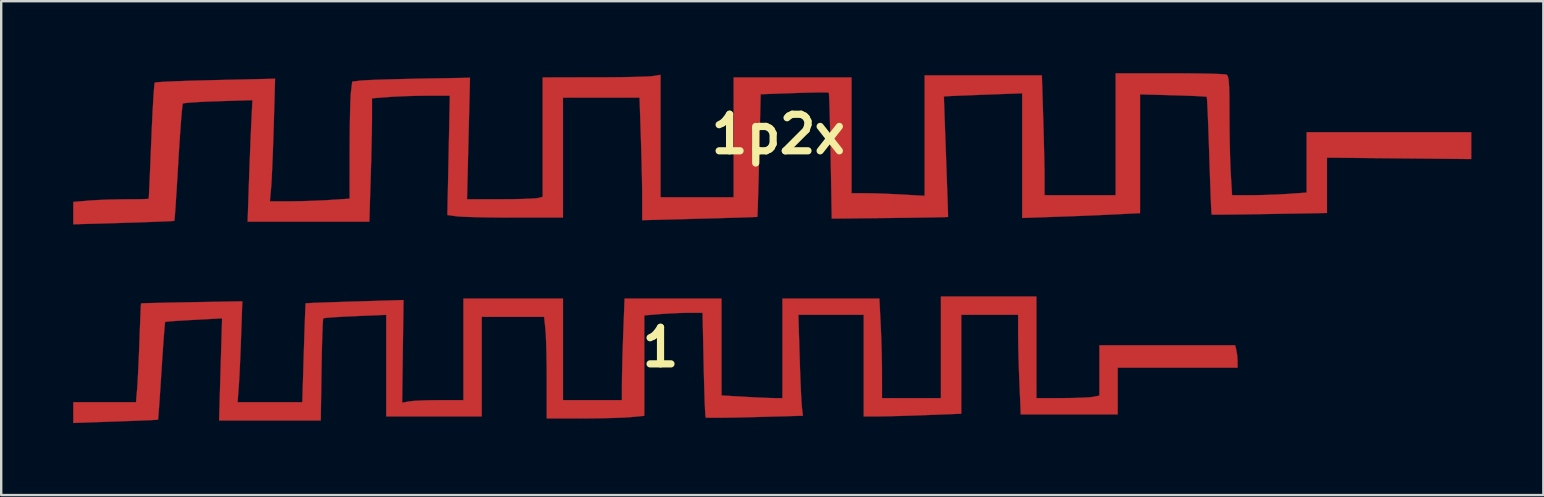
<source format=kicad_pcb>
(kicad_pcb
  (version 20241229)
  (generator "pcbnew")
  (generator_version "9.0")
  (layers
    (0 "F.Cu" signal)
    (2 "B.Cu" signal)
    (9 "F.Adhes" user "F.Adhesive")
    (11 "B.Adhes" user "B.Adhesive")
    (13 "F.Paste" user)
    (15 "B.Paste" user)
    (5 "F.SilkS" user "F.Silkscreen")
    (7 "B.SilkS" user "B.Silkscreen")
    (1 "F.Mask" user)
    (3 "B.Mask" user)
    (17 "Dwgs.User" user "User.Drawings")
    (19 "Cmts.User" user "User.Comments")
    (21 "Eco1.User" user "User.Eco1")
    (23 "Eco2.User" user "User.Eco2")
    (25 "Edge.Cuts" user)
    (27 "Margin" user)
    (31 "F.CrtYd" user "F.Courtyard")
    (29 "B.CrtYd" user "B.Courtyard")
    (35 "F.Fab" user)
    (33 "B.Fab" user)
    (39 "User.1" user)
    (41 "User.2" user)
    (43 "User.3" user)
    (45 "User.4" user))
  (footprint "1p2x"
    (layer "F.Cu")
    (at 29.384 2.545)
    (property "Reference" "1p2x" (at 0 0 0) (layer "F.SilkS") (effects (font (size 1.524 1.524) (thickness 0.3))))
    (attr through_hole)
    (fp_poly (pts (xy 16.896 -2.538) (xy 17.448 -2.533) (xy 17.925 -2.525) (xy 18.303 -2.514) (xy 18.557 -2.501) (xy 18.662 -2.489) (xy 18.71 -2.451) (xy 18.745 -2.363) (xy 18.769 -2.205) (xy 18.784 -1.952) (xy 18.793 -1.583) (xy 18.796 -1.076) (xy 18.796 -0.851) (xy 18.799 -0.269) (xy 18.808 0.33) (xy 18.821 0.895) (xy 18.838 1.377) (xy 18.851 1.638) (xy 18.906 2.54) (xy 19.685 2.54) (xy 20.164 2.533) (xy 20.703 2.514) (xy 21.192 2.488) (xy 21.238 2.485) (xy 22.013 2.43) (xy 22.013 -0.085) (xy 28.871 -0.085) (xy 28.871 1.032) (xy 22.86 0.974) (xy 22.86 2.127) (xy 22.86 3.28) (xy 20.468 3.321) (xy 19.85 3.331) (xy 19.29 3.339) (xy 18.809 3.344) (xy 18.429 3.348) (xy 18.172 3.348) (xy 18.058 3.346) (xy 18.055 3.345) (xy 18.047 3.26) (xy 18.034 3.027) (xy 18.019 2.667) (xy 18.001 2.202) (xy 17.982 1.652) (xy 17.961 1.04) (xy 17.957 0.897) (xy 17.936 0.273) (xy 17.916 -0.293) (xy 17.897 -0.781) (xy 17.879 -1.168) (xy 17.864 -1.434) (xy 17.853 -1.557) (xy 17.852 -1.562) (xy 17.761 -1.573) (xy 17.531 -1.587) (xy 17.189 -1.602) (xy 16.764 -1.617) (xy 16.447 -1.626) (xy 15.071 -1.664) (xy 15.071 3.285) (xy 14.118 3.334) (xy 13.696 3.354) (xy 13.161 3.378) (xy 12.566 3.402) (xy 11.967 3.424) (xy 11.663 3.435) (xy 10.16 3.487) (xy 10.16 -1.708) (xy 8.53 -1.648) (xy 8.026 -1.628) (xy 7.584 -1.611) (xy 7.232 -1.596) (xy 6.995 -1.584) (xy 6.898 -1.577) (xy 6.897 -1.577) (xy 6.9 -1.493) (xy 6.907 -1.261) (xy 6.92 -0.901) (xy 6.936 -0.436) (xy 6.956 0.115) (xy 6.979 0.731) (xy 6.986 0.931) (xy 7.009 1.563) (xy 7.029 2.137) (xy 7.047 2.632) (xy 7.06 3.028) (xy 7.068 3.303) (xy 7.072 3.436) (xy 7.072 3.445) (xy 6.989 3.45) (xy 6.758 3.456) (xy 6.4 3.464) (xy 5.937 3.471) (xy 5.39 3.479) (xy 4.78 3.486) (xy 4.646 3.488) (xy 2.226 3.514) (xy 2.18 0.905) (xy 2.168 0.258) (xy 2.154 -0.333) (xy 2.141 -0.846) (xy 2.128 -1.262) (xy 2.116 -1.559) (xy 2.106 -1.716) (xy 2.102 -1.736) (xy 2.011 -1.744) (xy 1.78 -1.745) (xy 1.436 -1.74) (xy 1.01 -1.729) (xy 0.666 -1.718) (xy -0.738 -1.668) (xy -0.799 0.88) (xy -0.815 1.518) (xy -0.831 2.099) (xy -0.845 2.601) (xy -0.857 3.004) (xy -0.867 3.287) (xy -0.873 3.429) (xy -0.875 3.442) (xy -0.96 3.447) (xy -1.192 3.456) (xy -1.551 3.468) (xy -2.015 3.482) (xy -2.562 3.498) (xy -3.171 3.514) (xy -3.281 3.517) (xy -5.673 3.579) (xy -5.673 2.692) (xy -5.676 2.313) (xy -5.684 1.812) (xy -5.697 1.236) (xy -5.713 0.633) (xy -5.728 0.141) (xy -5.784 -1.524) (xy -8.975 -1.524) (xy -8.975 3.471) (xy -10.995 3.471) (xy -11.588 3.469) (xy -12.145 3.463) (xy -12.639 3.453) (xy -13.038 3.441) (xy -13.314 3.427) (xy -13.403 3.418) (xy -13.792 3.365) (xy -13.689 -1.609) (xy -14.613 -1.608) (xy -15.089 -1.602) (xy -15.595 -1.587) (xy -16.051 -1.566) (xy -16.235 -1.553) (xy -16.933 -1.499) (xy -16.933 -0.721) (xy -16.936 -0.39) (xy -16.944 0.068) (xy -16.956 0.614) (xy -16.97 1.205) (xy -16.988 1.801) (xy -16.989 1.849) (xy -17.045 3.641) (xy -22.115 3.641) (xy -22.063 2.095) (xy -22.043 1.509) (xy -22.019 0.896) (xy -21.996 0.309) (xy -21.974 -0.196) (xy -21.963 -0.436) (xy -21.915 -1.422) (xy -23.34 -1.378) (xy -23.814 -1.361) (xy -24.228 -1.34) (xy -24.552 -1.318) (xy -24.757 -1.296) (xy -24.816 -1.281) (xy -24.833 -1.186) (xy -24.859 -0.943) (xy -24.89 -0.576) (xy -24.924 -0.104) (xy -24.962 0.449) (xy -25 1.061) (xy -25.006 1.179) (xy -25.043 1.798) (xy -25.078 2.36) (xy -25.109 2.843) (xy -25.135 3.225) (xy -25.155 3.486) (xy -25.168 3.603) (xy -25.169 3.607) (xy -25.256 3.616) (xy -25.489 3.628) (xy -25.846 3.642) (xy -26.302 3.659) (xy -26.835 3.677) (xy -27.285 3.69) (xy -29.379 3.751) (xy -29.379 2.819) (xy -28.732 2.764) (xy -28.355 2.74) (xy -27.886 2.722) (xy -27.398 2.711) (xy -27.165 2.709) (xy -26.792 2.708) (xy -26.49 2.703) (xy -26.294 2.695) (xy -26.236 2.688) (xy -26.23 2.601) (xy -26.219 2.367) (xy -26.202 2.007) (xy -26.182 1.542) (xy -26.159 0.995) (xy -26.135 0.386) (xy -26.13 0.282) (xy -26.104 -0.336) (xy -26.077 -0.899) (xy -26.05 -1.383) (xy -26.026 -1.768) (xy -26.004 -2.03) (xy -25.987 -2.148) (xy -25.985 -2.152) (xy -25.891 -2.167) (xy -25.649 -2.184) (xy -25.281 -2.202) (xy -24.808 -2.22) (xy -24.251 -2.238) (xy -23.633 -2.254) (xy -23.454 -2.258) (xy -20.972 -2.314) (xy -21.029 -0.331) (xy -21.048 0.27) (xy -21.069 0.851) (xy -21.091 1.376) (xy -21.112 1.814) (xy -21.13 2.13) (xy -21.137 2.223) (xy -21.189 2.794) (xy -20.352 2.794) (xy -19.859 2.787) (xy -19.304 2.769) (xy -18.79 2.745) (xy -18.69 2.738) (xy -17.865 2.684) (xy -17.864 0.686) (xy -17.861 0.092) (xy -17.855 -0.471) (xy -17.845 -0.972) (xy -17.833 -1.38) (xy -17.818 -1.666) (xy -17.81 -1.753) (xy -17.757 -2.194) (xy -17.409 -2.237) (xy -17.228 -2.25) (xy -16.905 -2.265) (xy -16.47 -2.28) (xy -15.949 -2.295) (xy -15.371 -2.308) (xy -14.955 -2.317) (xy -12.85 -2.354) (xy -12.974 2.709) (xy -11.588 2.708) (xy -11.107 2.705) (xy -10.674 2.696) (xy -10.323 2.683) (xy -10.087 2.667) (xy -10.012 2.656) (xy -9.821 2.605) (xy -9.821 -2.371) (xy -7.684 -2.372) (xy -7.08 -2.374) (xy -6.517 -2.38) (xy -6.021 -2.389) (xy -5.62 -2.401) (xy -5.34 -2.414) (xy -5.228 -2.425) (xy -4.911 -2.477) (xy -4.911 2.625) (xy -1.863 2.625) (xy -1.863 -2.371) (xy 3.048 -2.371) (xy 3.048 2.455) (xy 3.619 2.456) (xy 3.952 2.461) (xy 4.388 2.475) (xy 4.858 2.496) (xy 5.144 2.511) (xy 6.096 2.566) (xy 6.096 -2.455) (xy 10.98 -2.455) (xy 11.036 -0.664) (xy 11.053 -0.075) (xy 11.068 0.505) (xy 11.08 1.039) (xy 11.088 1.487) (xy 11.091 1.809) (xy 11.091 1.834) (xy 11.091 2.54) (xy 14.055 2.54) (xy 14.055 -2.54) (xy 16.291 -2.54) (xy 16.896 -2.538)) (stroke (width 0.01) (type solid)) (fill yes) (layer "F.Cu"))
    (pad "1" smd rect (at 28.4 0.4) (size 0.5 0.5) (layers "F.Cu" "F.Mask" "F.Paste")))
  (footprint "1"
    (layer "F.Cu")
    (at 24.474 11.423)
    (property "Reference" "1" (at 0 0 0) (layer "F.SilkS") (effects (font (size 1.524 1.524) (thickness 0.3))))
    (attr through_hole)
    (fp_poly (pts (xy 15.663 2.117) (xy 16.711 2.117) (xy 17.142 2.112) (xy 17.534 2.101) (xy 17.844 2.084) (xy 18.023 2.064) (xy 18.288 2.011) (xy 18.288 -0.085) (xy 23.941 -0.085) (xy 23.992 0.106) (xy 24.029 0.331) (xy 24.044 0.572) (xy 24.045 0.847) (xy 19.05 0.847) (xy 19.05 2.794) (xy 15.012 2.794) (xy 14.957 1.511) (xy 14.936 0.978) (xy 14.919 0.427) (xy 14.907 -0.084) (xy 14.902 -0.497) (xy 14.901 -0.564) (xy 14.901 -1.355) (xy 12.531 -1.355) (xy 12.531 2.767) (xy 11.07 2.823) (xy 10.539 2.842) (xy 10.021 2.858) (xy 9.558 2.87) (xy 9.194 2.877) (xy 9.038 2.878) (xy 8.467 2.879) (xy 8.467 -1.355) (xy 5.744 -1.355) (xy 5.796 0.402) (xy 5.814 0.955) (xy 5.834 1.471) (xy 5.854 1.919) (xy 5.872 2.267) (xy 5.888 2.483) (xy 5.891 2.505) (xy 5.933 2.851) (xy 3.925 2.906) (xy 3.36 2.92) (xy 2.853 2.93) (xy 2.428 2.935) (xy 2.11 2.935) (xy 1.922 2.93) (xy 1.88 2.925) (xy 1.869 2.834) (xy 1.855 2.596) (xy 1.84 2.235) (xy 1.825 1.774) (xy 1.81 1.235) (xy 1.798 0.724) (xy 1.753 -1.439) (xy 1.186 -1.439) (xy 0.795 -1.431) (xy 0.342 -1.41) (xy -0.03 -1.385) (xy -0.677 -1.33) (xy -0.677 2.854) (xy -1.249 2.908) (xy -1.531 2.927) (xy -1.938 2.942) (xy -2.428 2.954) (xy -2.957 2.961) (xy -3.281 2.963) (xy -4.741 2.963) (xy -4.741 1.367) (xy -4.744 0.822) (xy -4.752 0.297) (xy -4.765 -0.17) (xy -4.78 -0.539) (xy -4.796 -0.75) (xy -4.85 -1.27) (xy -7.451 -1.27) (xy -7.451 2.879) (xy -11.43 2.879) (xy -11.43 -1.354) (xy -12.721 -1.3) (xy -13.171 -1.279) (xy -13.558 -1.257) (xy -13.852 -1.236) (xy -14.024 -1.217) (xy -14.054 -1.21) (xy -14.066 -1.118) (xy -14.08 -0.881) (xy -14.094 -0.521) (xy -14.107 -0.061) (xy -14.119 0.475) (xy -14.127 0.938) (xy -14.158 3.048) (xy -18.394 3.048) (xy -18.332 0.921) (xy -18.269 -1.207) (xy -19.443 -1.145) (xy -19.869 -1.121) (xy -20.23 -1.098) (xy -20.494 -1.077) (xy -20.631 -1.062) (xy -20.642 -1.059) (xy -20.654 -0.971) (xy -20.675 -0.738) (xy -20.703 -0.383) (xy -20.735 0.07) (xy -20.771 0.599) (xy -20.796 0.984) (xy -20.832 1.549) (xy -20.866 2.054) (xy -20.895 2.476) (xy -20.919 2.791) (xy -20.934 2.976) (xy -20.94 3.016) (xy -21.025 3.022) (xy -21.254 3.034) (xy -21.602 3.048) (xy -22.044 3.066) (xy -22.555 3.084) (xy -22.712 3.09) (xy -24.469 3.151) (xy -24.469 2.286) (xy -21.857 2.286) (xy -21.811 1.757) (xy -21.792 1.495) (xy -21.771 1.104) (xy -21.748 0.625) (xy -21.726 0.098) (xy -21.711 -0.296) (xy -21.694 -0.784) (xy -21.677 -1.208) (xy -21.663 -1.542) (xy -21.652 -1.759) (xy -21.645 -1.831) (xy -21.561 -1.836) (xy -21.33 -1.843) (xy -20.976 -1.851) (xy -20.521 -1.861) (xy -19.988 -1.872) (xy -19.53 -1.88) (xy -17.427 -1.917) (xy -17.479 -0.43) (xy -17.499 0.11) (xy -17.522 0.64) (xy -17.545 1.118) (xy -17.566 1.499) (xy -17.578 1.672) (xy -17.625 2.286) (xy -14.926 2.286) (xy -14.864 0.233) (xy -14.846 -0.337) (xy -14.829 -0.848) (xy -14.814 -1.276) (xy -14.801 -1.597) (xy -14.792 -1.789) (xy -14.788 -1.834) (xy -14.703 -1.84) (xy -14.473 -1.851) (xy -14.119 -1.864) (xy -13.667 -1.88) (xy -13.138 -1.897) (xy -12.742 -1.909) (xy -10.71 -1.97) (xy -10.739 0.17) (xy -10.768 2.31) (xy -10.496 2.256) (xy -10.303 2.234) (xy -9.987 2.216) (xy -9.593 2.205) (xy -9.218 2.201) (xy -8.213 2.201) (xy -8.213 -2.032) (xy -4.064 -2.032) (xy -4.064 2.201) (xy -1.609 2.201) (xy -1.608 1.545) (xy -1.605 1.232) (xy -1.596 0.796) (xy -1.582 0.283) (xy -1.564 -0.26) (xy -1.553 -0.572) (xy -1.497 -2.032) (xy 2.54 -2.032) (xy 2.54 2.006) (xy 3.493 2.061) (xy 3.913 2.084) (xy 4.303 2.102) (xy 4.613 2.113) (xy 4.763 2.116) (xy 5.08 2.117) (xy 5.08 -2.032) (xy 9.118 -2.032) (xy 9.173 -0.953) (xy 9.196 -0.412) (xy 9.214 0.192) (xy 9.226 0.773) (xy 9.228 1.122) (xy 9.229 2.117) (xy 11.684 2.117) (xy 11.684 -2.117) (xy 15.663 -2.117) (xy 15.663 2.117)) (stroke (width 0.01) (type solid)) (fill yes) (layer "F.Cu"))
    (pad "1" smd rect (at 23.6 0.35) (size 0.5 0.5) (layers "F.Cu" "F.Mask" "F.Paste")))
  (gr_rect
    (start -3 -3)
    (end 61.261 17.579)
    (stroke (width 0.1) (type default))
    (fill no)
    (layer "Edge.Cuts")))
</source>
